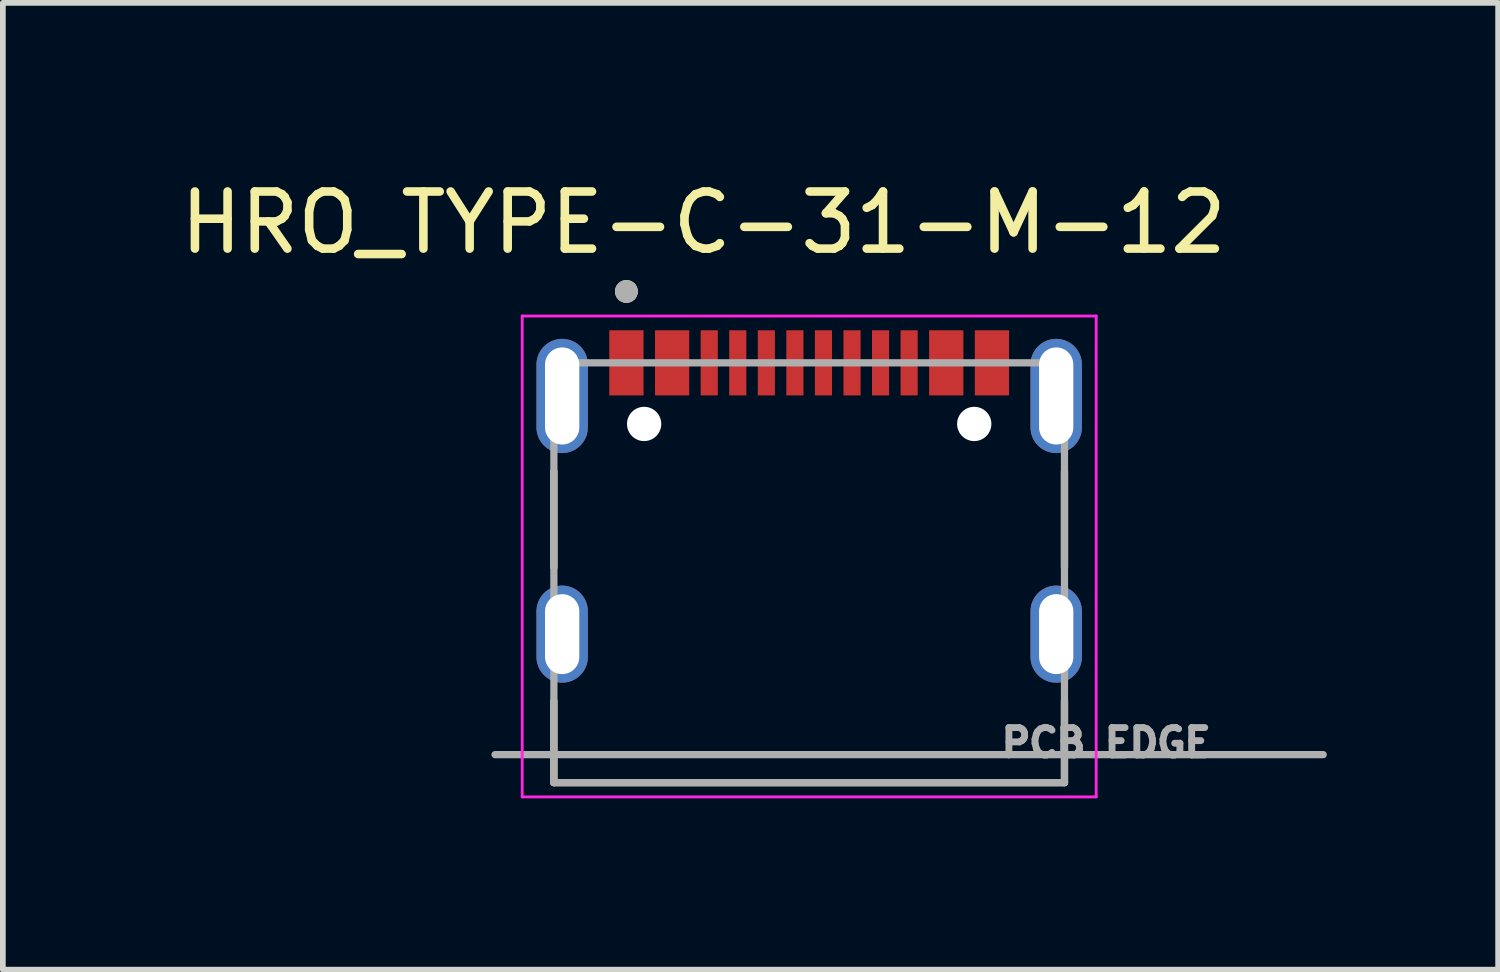
<source format=kicad_pcb>
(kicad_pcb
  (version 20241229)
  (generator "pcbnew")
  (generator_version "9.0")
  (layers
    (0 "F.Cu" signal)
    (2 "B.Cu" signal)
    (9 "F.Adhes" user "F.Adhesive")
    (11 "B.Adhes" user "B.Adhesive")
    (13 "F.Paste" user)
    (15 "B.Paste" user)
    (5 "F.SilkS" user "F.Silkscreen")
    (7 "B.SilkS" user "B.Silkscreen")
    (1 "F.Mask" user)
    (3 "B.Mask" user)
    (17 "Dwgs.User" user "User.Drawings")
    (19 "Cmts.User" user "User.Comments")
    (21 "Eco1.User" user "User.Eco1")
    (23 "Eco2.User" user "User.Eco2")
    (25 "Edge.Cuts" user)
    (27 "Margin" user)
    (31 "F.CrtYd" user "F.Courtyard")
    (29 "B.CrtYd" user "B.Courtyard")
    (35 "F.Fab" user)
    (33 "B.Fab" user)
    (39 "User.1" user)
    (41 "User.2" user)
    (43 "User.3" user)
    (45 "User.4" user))
  (footprint "HRO_TYPE-C-31-M-12"
    (layer "F.Cu")
    (at 11.118 8.053)
    (property "Reference" "HRO_TYPE-C-31-M-12" (at -1.85 -7.205 0) (layer "F.SilkS") (effects (font (size 1 1) (thickness 0.15))))
    (attr through_hole)
    (fp_poly (pts (xy -3.55 -5.37) (xy -2.85 -5.37) (xy -2.85 -4.13) (xy -3.55 -4.13)) (stroke (width 0.01) (type solid)) (fill yes) (layer "F.Mask"))
    (fp_poly (pts (xy -2.75 -5.37) (xy -2.05 -5.37) (xy -2.05 -4.13) (xy -2.75 -4.13)) (stroke (width 0.01) (type solid)) (fill yes) (layer "F.Mask"))
    (fp_poly (pts (xy -1.95 -5.37) (xy -1.55 -5.37) (xy -1.55 -4.13) (xy -1.95 -4.13)) (stroke (width 0.01) (type solid)) (fill yes) (layer "F.Mask"))
    (fp_poly (pts (xy -1.45 -5.37) (xy -1.05 -5.37) (xy -1.05 -4.13) (xy -1.45 -4.13)) (stroke (width 0.01) (type solid)) (fill yes) (layer "F.Mask"))
    (fp_poly (pts (xy -0.95 -5.37) (xy -0.55 -5.37) (xy -0.55 -4.13) (xy -0.95 -4.13)) (stroke (width 0.01) (type solid)) (fill yes) (layer "F.Mask"))
    (fp_poly (pts (xy -0.45 -5.37) (xy -0.05 -5.37) (xy -0.05 -4.13) (xy -0.45 -4.13)) (stroke (width 0.01) (type solid)) (fill yes) (layer "F.Mask"))
    (fp_poly (pts (xy 0.05 -5.37) (xy 0.45 -5.37) (xy 0.45 -4.13) (xy 0.05 -4.13)) (stroke (width 0.01) (type solid)) (fill yes) (layer "F.Mask"))
    (fp_poly (pts (xy 0.55 -5.37) (xy 0.95 -5.37) (xy 0.95 -4.13) (xy 0.55 -4.13)) (stroke (width 0.01) (type solid)) (fill yes) (layer "F.Mask"))
    (fp_poly (pts (xy 1.05 -5.37) (xy 1.45 -5.37) (xy 1.45 -4.13) (xy 1.05 -4.13)) (stroke (width 0.01) (type solid)) (fill yes) (layer "F.Mask"))
    (fp_poly (pts (xy 1.55 -5.37) (xy 1.95 -5.37) (xy 1.95 -4.13) (xy 1.55 -4.13)) (stroke (width 0.01) (type solid)) (fill yes) (layer "F.Mask"))
    (fp_poly (pts (xy 2.05 -5.37) (xy 2.75 -5.37) (xy 2.75 -4.13) (xy 2.05 -4.13)) (stroke (width 0.01) (type solid)) (fill yes) (layer "F.Mask"))
    (fp_poly (pts (xy 2.85 -5.37) (xy 3.55 -5.37) (xy 3.55 -4.13) (xy 2.85 -4.13)) (stroke (width 0.01) (type solid)) (fill yes) (layer "F.Mask"))
    (fp_line (start -4.47 -2.85) (end -4.47 -1.17) (stroke (width 0.127) (type solid)) (layer "F.SilkS"))
    (fp_line (start -4.47 2.6) (end -4.47 1.17) (stroke (width 0.127) (type solid)) (layer "F.SilkS"))
    (fp_line (start -4.47 2.6) (end 4.47 2.6) (stroke (width 0.127) (type solid)) (layer "F.SilkS"))
    (fp_line (start 4.47 -2.85) (end 4.47 -1.17) (stroke (width 0.127) (type solid)) (layer "F.SilkS"))
    (fp_line (start 4.47 2.6) (end 4.47 1.17) (stroke (width 0.127) (type solid)) (layer "F.SilkS"))
    (fp_circle (center -3.2 -6) (end -3.1 -6) (stroke (width 0.2) (type solid)) (fill no) (layer "F.SilkS"))
    (fp_line (start -5.025 -5.57) (end -5.025 2.85) (stroke (width 0.05) (type solid)) (layer "F.CrtYd"))
    (fp_line (start -5.025 2.85) (end 5.025 2.85) (stroke (width 0.05) (type solid)) (layer "F.CrtYd"))
    (fp_line (start 5.025 -5.57) (end -5.025 -5.57) (stroke (width 0.05) (type solid)) (layer "F.CrtYd"))
    (fp_line (start 5.025 2.85) (end 5.025 -5.57) (stroke (width 0.05) (type solid)) (layer "F.CrtYd"))
    (fp_line (start -5.5 2.11) (end 9 2.11) (stroke (width 0.127) (type solid)) (layer "F.Fab"))
    (fp_line (start -4.47 -4.75) (end -4.47 2.6) (stroke (width 0.127) (type solid)) (layer "F.Fab"))
    (fp_line (start -4.47 2.6) (end 4.47 2.6) (stroke (width 0.127) (type solid)) (layer "F.Fab"))
    (fp_line (start 4.47 -4.75) (end -4.47 -4.75) (stroke (width 0.127) (type solid)) (layer "F.Fab"))
    (fp_line (start 4.47 2.6) (end 4.47 -4.75) (stroke (width 0.127) (type solid)) (layer "F.Fab"))
    (fp_circle (center -3.2 -6) (end -3.1 -6) (stroke (width 0.2) (type solid)) (fill no) (layer "F.Fab"))
    (fp_text user "PCB EDGE" (at 5.2 1.9 0) (layer "F.Fab") (effects (font (size 0.48 0.48) (thickness 0.15))))
    (pad "" np_thru_hole circle (at -2.89 -3.68) (size 0.6 0.6) (drill 0.6) (layers "*.Cu" "*.Mask"))
    (pad "" np_thru_hole circle (at 2.89 -3.68) (size 0.6 0.6) (drill 0.6) (layers "*.Cu" "*.Mask"))
    (pad "A1/B12" smd rect (at -3.2 -4.75) (size 0.6 1.14) (layers "F.Cu" "F.Paste"))
    (pad "A4/B9" smd rect (at -2.4 -4.75) (size 0.6 1.14) (layers "F.Cu" "F.Paste"))
    (pad "A5" smd rect (at -1.25 -4.75) (size 0.3 1.14) (layers "F.Cu" "F.Paste"))
    (pad "A6" smd rect (at -0.25 -4.75) (size 0.3 1.14) (layers "F.Cu" "F.Paste"))
    (pad "A7" smd rect (at 0.25 -4.75) (size 0.3 1.14) (layers "F.Cu" "F.Paste"))
    (pad "A8" smd rect (at 1.25 -4.75) (size 0.3 1.14) (layers "F.Cu" "F.Paste"))
    (pad "B1/A12" smd rect (at 3.2 -4.75) (size 0.6 1.14) (layers "F.Cu" "F.Paste"))
    (pad "B4/A9" smd rect (at 2.4 -4.75) (size 0.6 1.14) (layers "F.Cu" "F.Paste"))
    (pad "B5" smd rect (at 1.75 -4.75) (size 0.3 1.14) (layers "F.Cu" "F.Paste"))
    (pad "B6" smd rect (at 0.75 -4.75) (size 0.3 1.14) (layers "F.Cu" "F.Paste"))
    (pad "B7" smd rect (at -0.75 -4.75) (size 0.3 1.14) (layers "F.Cu" "F.Paste"))
    (pad "B8" smd rect (at -1.75 -4.75) (size 0.3 1.14) (layers "F.Cu" "F.Paste"))
    (pad "S1" thru_hole oval (at -4.325 -4.17) (size 0.9 2) (drill oval 0.6 1.7) (layers "*.Cu" "*.Mask"))
    (pad "S2" thru_hole oval (at 4.325 -4.17) (size 0.9 2) (drill oval 0.6 1.7) (layers "*.Cu" "*.Mask"))
    (pad "S3" thru_hole oval (at -4.325 0) (size 0.9 1.7) (drill oval 0.6 1.4) (layers "*.Cu" "*.Mask"))
    (pad "S4" thru_hole oval (at 4.325 0) (size 0.9 1.7) (drill oval 0.6 1.4) (layers "*.Cu" "*.Mask")))
  (gr_rect
    (start -3 -3)
    (end 23.181 13.928)
    (stroke (width 0.1) (type default))
    (fill no)
    (layer "Edge.Cuts")))
</source>
